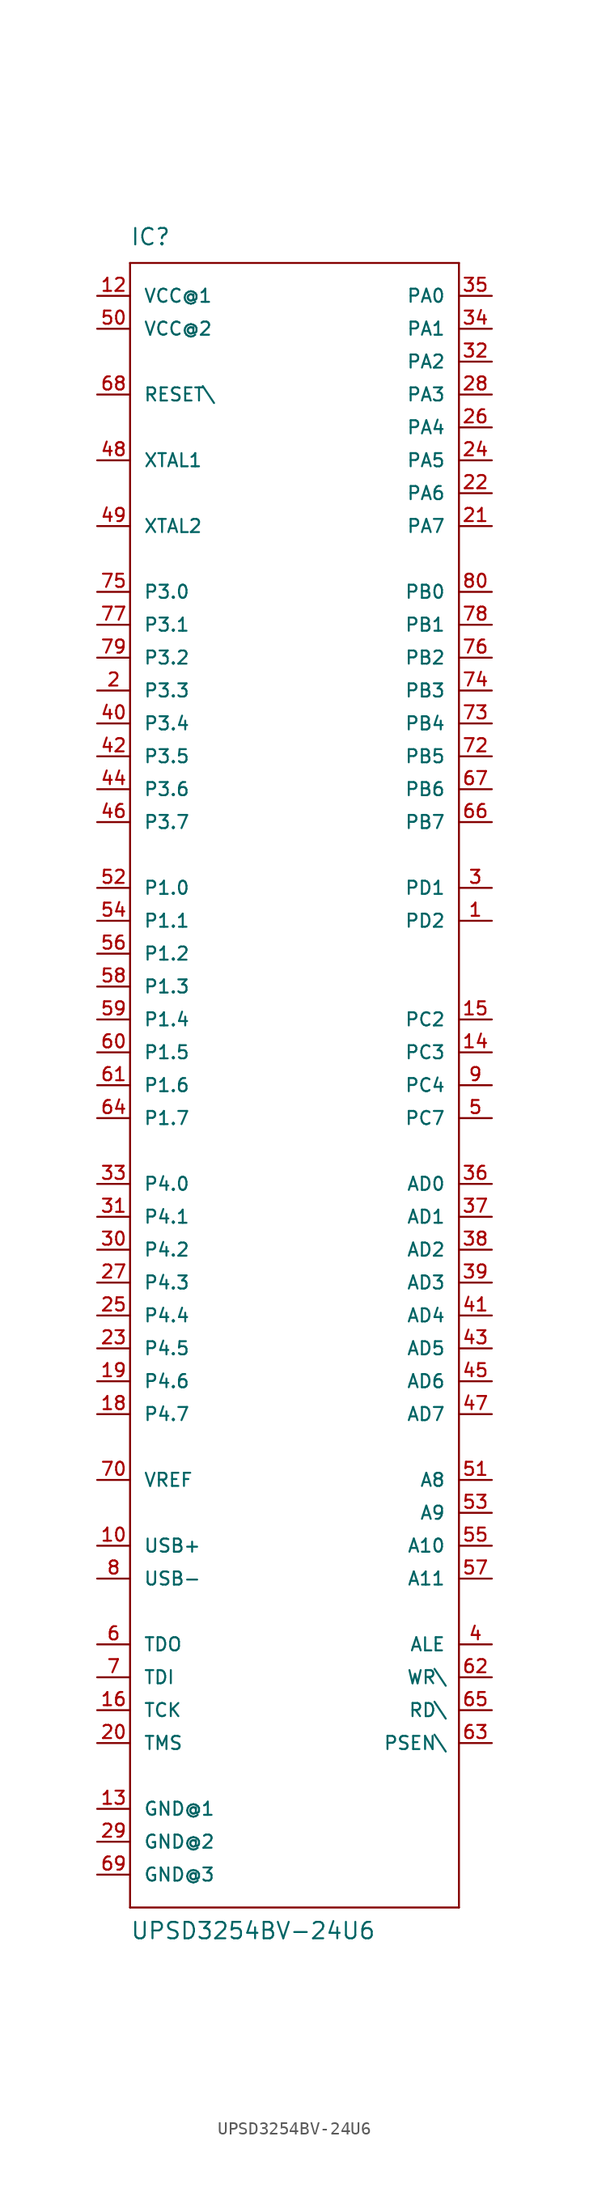
<source format=kicad_sym>
(kicad_symbol_lib
  (version 20211014)
  (generator kicad_symbol_editor)
  (symbol "UPSD3254BV-24U6"
    (pin_names
      (offset 1.016))
    (property "Reference" "IC"
      (at -12.7 62.23 0)
      (effects (font (size 1.27 1.27)) (justify left bottom)))
    (property "Value" "UPSD3254BV-24U6"
      (at -12.7 -68.58 0)
      (effects (font (size 1.27 1.27)) (justify left bottom)))
    (property "ki_locked" ""
      (at 0 0 0)
      (effects (font (size 1.27 1.27))))
    (symbol "UPSD3254BV-24U6_1_0"
      (polyline (pts (xy -12.7 -66.04) (xy -12.7 60.96)) (stroke (width 0) (type default) (color 0 0 0 0)) (fill (type none)))
      (polyline (pts (xy -12.7 60.96) (xy 12.7 60.96)) (stroke (width 0) (type default) (color 0 0 0 0)) (fill (type none)))
      (polyline (pts (xy 12.7 -66.04) (xy -12.7 -66.04)) (stroke (width 0) (type default) (color 0 0 0 0)) (fill (type none)))
      (polyline (pts (xy 12.7 60.96) (xy 12.7 -66.04)) (stroke (width 0) (type default) (color 0 0 0 0)) (fill (type none))))
    (symbol "UPSD3254BV-24U6_1_1"
      (pin bidirectional line (at 15.24 10.16 180) (length 2.54) (name "PD2" (effects (font (size 1.016 1.016)))) (number "1" (effects (font (size 1.016 1.016)))))
      (pin bidirectional line (at -15.24 -38.1 0) (length 2.54) (name "USB+" (effects (font (size 1.016 1.016)))) (number "10" (effects (font (size 1.016 1.016)))))
      (pin power_in line (at -15.24 58.42 0) (length 2.54) (name "VCC@1" (effects (font (size 1.016 1.016)))) (number "12" (effects (font (size 1.016 1.016)))))
      (pin power_in line (at -15.24 -58.42 0) (length 2.54) (name "GND@1" (effects (font (size 1.016 1.016)))) (number "13" (effects (font (size 1.016 1.016)))))
      (pin bidirectional line (at 15.24 0 180) (length 2.54) (name "PC3" (effects (font (size 1.016 1.016)))) (number "14" (effects (font (size 1.016 1.016)))))
      (pin bidirectional line (at 15.24 2.54 180) (length 2.54) (name "PC2" (effects (font (size 1.016 1.016)))) (number "15" (effects (font (size 1.016 1.016)))))
      (pin input line (at -15.24 -50.8 0) (length 2.54) (name "TCK" (effects (font (size 1.016 1.016)))) (number "16" (effects (font (size 1.016 1.016)))))
      (pin bidirectional line (at -15.24 -27.94 0) (length 2.54) (name "P4.7" (effects (font (size 1.016 1.016)))) (number "18" (effects (font (size 1.016 1.016)))))
      (pin bidirectional line (at -15.24 -25.4 0) (length 2.54) (name "P4.6" (effects (font (size 1.016 1.016)))) (number "19" (effects (font (size 1.016 1.016)))))
      (pin bidirectional line (at -15.24 27.94 0) (length 2.54) (name "P3.3" (effects (font (size 1.016 1.016)))) (number "2" (effects (font (size 1.016 1.016)))))
      (pin input line (at -15.24 -53.34 0) (length 2.54) (name "TMS" (effects (font (size 1.016 1.016)))) (number "20" (effects (font (size 1.016 1.016)))))
      (pin bidirectional line (at 15.24 40.64 180) (length 2.54) (name "PA7" (effects (font (size 1.016 1.016)))) (number "21" (effects (font (size 1.016 1.016)))))
      (pin bidirectional line (at 15.24 43.18 180) (length 2.54) (name "PA6" (effects (font (size 1.016 1.016)))) (number "22" (effects (font (size 1.016 1.016)))))
      (pin bidirectional line (at -15.24 -22.86 0) (length 2.54) (name "P4.5" (effects (font (size 1.016 1.016)))) (number "23" (effects (font (size 1.016 1.016)))))
      (pin bidirectional line (at 15.24 45.72 180) (length 2.54) (name "PA5" (effects (font (size 1.016 1.016)))) (number "24" (effects (font (size 1.016 1.016)))))
      (pin bidirectional line (at -15.24 -20.32 0) (length 2.54) (name "P4.4" (effects (font (size 1.016 1.016)))) (number "25" (effects (font (size 1.016 1.016)))))
      (pin bidirectional line (at 15.24 48.26 180) (length 2.54) (name "PA4" (effects (font (size 1.016 1.016)))) (number "26" (effects (font (size 1.016 1.016)))))
      (pin bidirectional line (at -15.24 -17.78 0) (length 2.54) (name "P4.3" (effects (font (size 1.016 1.016)))) (number "27" (effects (font (size 1.016 1.016)))))
      (pin bidirectional line (at 15.24 50.8 180) (length 2.54) (name "PA3" (effects (font (size 1.016 1.016)))) (number "28" (effects (font (size 1.016 1.016)))))
      (pin power_in line (at -15.24 -60.96 0) (length 2.54) (name "GND@2" (effects (font (size 1.016 1.016)))) (number "29" (effects (font (size 1.016 1.016)))))
      (pin bidirectional line (at 15.24 12.7 180) (length 2.54) (name "PD1" (effects (font (size 1.016 1.016)))) (number "3" (effects (font (size 1.016 1.016)))))
      (pin bidirectional line (at -15.24 -15.24 0) (length 2.54) (name "P4.2" (effects (font (size 1.016 1.016)))) (number "30" (effects (font (size 1.016 1.016)))))
      (pin bidirectional line (at -15.24 -12.7 0) (length 2.54) (name "P4.1" (effects (font (size 1.016 1.016)))) (number "31" (effects (font (size 1.016 1.016)))))
      (pin bidirectional line (at 15.24 53.34 180) (length 2.54) (name "PA2" (effects (font (size 1.016 1.016)))) (number "32" (effects (font (size 1.016 1.016)))))
      (pin bidirectional line (at -15.24 -10.16 0) (length 2.54) (name "P4.0" (effects (font (size 1.016 1.016)))) (number "33" (effects (font (size 1.016 1.016)))))
      (pin bidirectional line (at 15.24 55.88 180) (length 2.54) (name "PA1" (effects (font (size 1.016 1.016)))) (number "34" (effects (font (size 1.016 1.016)))))
      (pin bidirectional line (at 15.24 58.42 180) (length 2.54) (name "PA0" (effects (font (size 1.016 1.016)))) (number "35" (effects (font (size 1.016 1.016)))))
      (pin input line (at 15.24 -10.16 180) (length 2.54) (name "AD0" (effects (font (size 1.016 1.016)))) (number "36" (effects (font (size 1.016 1.016)))))
      (pin input line (at 15.24 -12.7 180) (length 2.54) (name "AD1" (effects (font (size 1.016 1.016)))) (number "37" (effects (font (size 1.016 1.016)))))
      (pin input line (at 15.24 -15.24 180) (length 2.54) (name "AD2" (effects (font (size 1.016 1.016)))) (number "38" (effects (font (size 1.016 1.016)))))
      (pin input line (at 15.24 -17.78 180) (length 2.54) (name "AD3" (effects (font (size 1.016 1.016)))) (number "39" (effects (font (size 1.016 1.016)))))
      (pin output line (at 15.24 -45.72 180) (length 2.54) (name "ALE" (effects (font (size 1.016 1.016)))) (number "4" (effects (font (size 1.016 1.016)))))
      (pin bidirectional line (at -15.24 25.4 0) (length 2.54) (name "P3.4" (effects (font (size 1.016 1.016)))) (number "40" (effects (font (size 1.016 1.016)))))
      (pin input line (at 15.24 -20.32 180) (length 2.54) (name "AD4" (effects (font (size 1.016 1.016)))) (number "41" (effects (font (size 1.016 1.016)))))
      (pin bidirectional line (at -15.24 22.86 0) (length 2.54) (name "P3.5" (effects (font (size 1.016 1.016)))) (number "42" (effects (font (size 1.016 1.016)))))
      (pin input line (at 15.24 -22.86 180) (length 2.54) (name "AD5" (effects (font (size 1.016 1.016)))) (number "43" (effects (font (size 1.016 1.016)))))
      (pin bidirectional line (at -15.24 20.32 0) (length 2.54) (name "P3.6" (effects (font (size 1.016 1.016)))) (number "44" (effects (font (size 1.016 1.016)))))
      (pin input line (at 15.24 -25.4 180) (length 2.54) (name "AD6" (effects (font (size 1.016 1.016)))) (number "45" (effects (font (size 1.016 1.016)))))
      (pin bidirectional line (at -15.24 17.78 0) (length 2.54) (name "P3.7" (effects (font (size 1.016 1.016)))) (number "46" (effects (font (size 1.016 1.016)))))
      (pin input line (at 15.24 -27.94 180) (length 2.54) (name "AD7" (effects (font (size 1.016 1.016)))) (number "47" (effects (font (size 1.016 1.016)))))
      (pin input line (at -15.24 45.72 0) (length 2.54) (name "XTAL1" (effects (font (size 1.016 1.016)))) (number "48" (effects (font (size 1.016 1.016)))))
      (pin output line (at -15.24 40.64 0) (length 2.54) (name "XTAL2" (effects (font (size 1.016 1.016)))) (number "49" (effects (font (size 1.016 1.016)))))
      (pin bidirectional line (at 15.24 -5.08 180) (length 2.54) (name "PC7" (effects (font (size 1.016 1.016)))) (number "5" (effects (font (size 1.016 1.016)))))
      (pin power_in line (at -15.24 55.88 0) (length 2.54) (name "VCC@2" (effects (font (size 1.016 1.016)))) (number "50" (effects (font (size 1.016 1.016)))))
      (pin output line (at 15.24 -33.02 180) (length 2.54) (name "A8" (effects (font (size 1.016 1.016)))) (number "51" (effects (font (size 1.016 1.016)))))
      (pin bidirectional line (at -15.24 12.7 0) (length 2.54) (name "P1.0" (effects (font (size 1.016 1.016)))) (number "52" (effects (font (size 1.016 1.016)))))
      (pin output line (at 15.24 -35.56 180) (length 2.54) (name "A9" (effects (font (size 1.016 1.016)))) (number "53" (effects (font (size 1.016 1.016)))))
      (pin bidirectional line (at -15.24 10.16 0) (length 2.54) (name "P1.1" (effects (font (size 1.016 1.016)))) (number "54" (effects (font (size 1.016 1.016)))))
      (pin output line (at 15.24 -38.1 180) (length 2.54) (name "A10" (effects (font (size 1.016 1.016)))) (number "55" (effects (font (size 1.016 1.016)))))
      (pin bidirectional line (at -15.24 7.62 0) (length 2.54) (name "P1.2" (effects (font (size 1.016 1.016)))) (number "56" (effects (font (size 1.016 1.016)))))
      (pin output line (at 15.24 -40.64 180) (length 2.54) (name "A11" (effects (font (size 1.016 1.016)))) (number "57" (effects (font (size 1.016 1.016)))))
      (pin bidirectional line (at -15.24 5.08 0) (length 2.54) (name "P1.3" (effects (font (size 1.016 1.016)))) (number "58" (effects (font (size 1.016 1.016)))))
      (pin bidirectional line (at -15.24 2.54 0) (length 2.54) (name "P1.4" (effects (font (size 1.016 1.016)))) (number "59" (effects (font (size 1.016 1.016)))))
      (pin output line (at -15.24 -45.72 0) (length 2.54) (name "TDO" (effects (font (size 1.016 1.016)))) (number "6" (effects (font (size 1.016 1.016)))))
      (pin bidirectional line (at -15.24 0 0) (length 2.54) (name "P1.5" (effects (font (size 1.016 1.016)))) (number "60" (effects (font (size 1.016 1.016)))))
      (pin bidirectional line (at -15.24 -2.54 0) (length 2.54) (name "P1.6" (effects (font (size 1.016 1.016)))) (number "61" (effects (font (size 1.016 1.016)))))
      (pin output line (at 15.24 -48.26 180) (length 2.54) (name "WR\\" (effects (font (size 1.016 1.016)))) (number "62" (effects (font (size 1.016 1.016)))))
      (pin output line (at 15.24 -53.34 180) (length 2.54) (name "PSEN\\" (effects (font (size 1.016 1.016)))) (number "63" (effects (font (size 1.016 1.016)))))
      (pin bidirectional line (at -15.24 -5.08 0) (length 2.54) (name "P1.7" (effects (font (size 1.016 1.016)))) (number "64" (effects (font (size 1.016 1.016)))))
      (pin output line (at 15.24 -50.8 180) (length 2.54) (name "RD\\" (effects (font (size 1.016 1.016)))) (number "65" (effects (font (size 1.016 1.016)))))
      (pin bidirectional line (at 15.24 17.78 180) (length 2.54) (name "PB7" (effects (font (size 1.016 1.016)))) (number "66" (effects (font (size 1.016 1.016)))))
      (pin bidirectional line (at 15.24 20.32 180) (length 2.54) (name "PB6" (effects (font (size 1.016 1.016)))) (number "67" (effects (font (size 1.016 1.016)))))
      (pin input line (at -15.24 50.8 0) (length 2.54) (name "RESET\\" (effects (font (size 1.016 1.016)))) (number "68" (effects (font (size 1.016 1.016)))))
      (pin power_in line (at -15.24 -63.5 0) (length 2.54) (name "GND@3" (effects (font (size 1.016 1.016)))) (number "69" (effects (font (size 1.016 1.016)))))
      (pin input line (at -15.24 -48.26 0) (length 2.54) (name "TDI" (effects (font (size 1.016 1.016)))) (number "7" (effects (font (size 1.016 1.016)))))
      (pin output line (at -15.24 -33.02 0) (length 2.54) (name "VREF" (effects (font (size 1.016 1.016)))) (number "70" (effects (font (size 1.016 1.016)))))
      (pin bidirectional line (at 15.24 22.86 180) (length 2.54) (name "PB5" (effects (font (size 1.016 1.016)))) (number "72" (effects (font (size 1.016 1.016)))))
      (pin bidirectional line (at 15.24 25.4 180) (length 2.54) (name "PB4" (effects (font (size 1.016 1.016)))) (number "73" (effects (font (size 1.016 1.016)))))
      (pin bidirectional line (at 15.24 27.94 180) (length 2.54) (name "PB3" (effects (font (size 1.016 1.016)))) (number "74" (effects (font (size 1.016 1.016)))))
      (pin bidirectional line (at -15.24 35.56 0) (length 2.54) (name "P3.0" (effects (font (size 1.016 1.016)))) (number "75" (effects (font (size 1.016 1.016)))))
      (pin bidirectional line (at 15.24 30.48 180) (length 2.54) (name "PB2" (effects (font (size 1.016 1.016)))) (number "76" (effects (font (size 1.016 1.016)))))
      (pin bidirectional line (at -15.24 33.02 0) (length 2.54) (name "P3.1" (effects (font (size 1.016 1.016)))) (number "77" (effects (font (size 1.016 1.016)))))
      (pin bidirectional line (at 15.24 33.02 180) (length 2.54) (name "PB1" (effects (font (size 1.016 1.016)))) (number "78" (effects (font (size 1.016 1.016)))))
      (pin bidirectional line (at -15.24 30.48 0) (length 2.54) (name "P3.2" (effects (font (size 1.016 1.016)))) (number "79" (effects (font (size 1.016 1.016)))))
      (pin bidirectional line (at -15.24 -40.64 0) (length 2.54) (name "USB-" (effects (font (size 1.016 1.016)))) (number "8" (effects (font (size 1.016 1.016)))))
      (pin bidirectional line (at 15.24 35.56 180) (length 2.54) (name "PB0" (effects (font (size 1.016 1.016)))) (number "80" (effects (font (size 1.016 1.016)))))
      (pin bidirectional line (at 15.24 -2.54 180) (length 2.54) (name "PC4" (effects (font (size 1.016 1.016)))) (number "9" (effects (font (size 1.016 1.016))))))))
</source>
